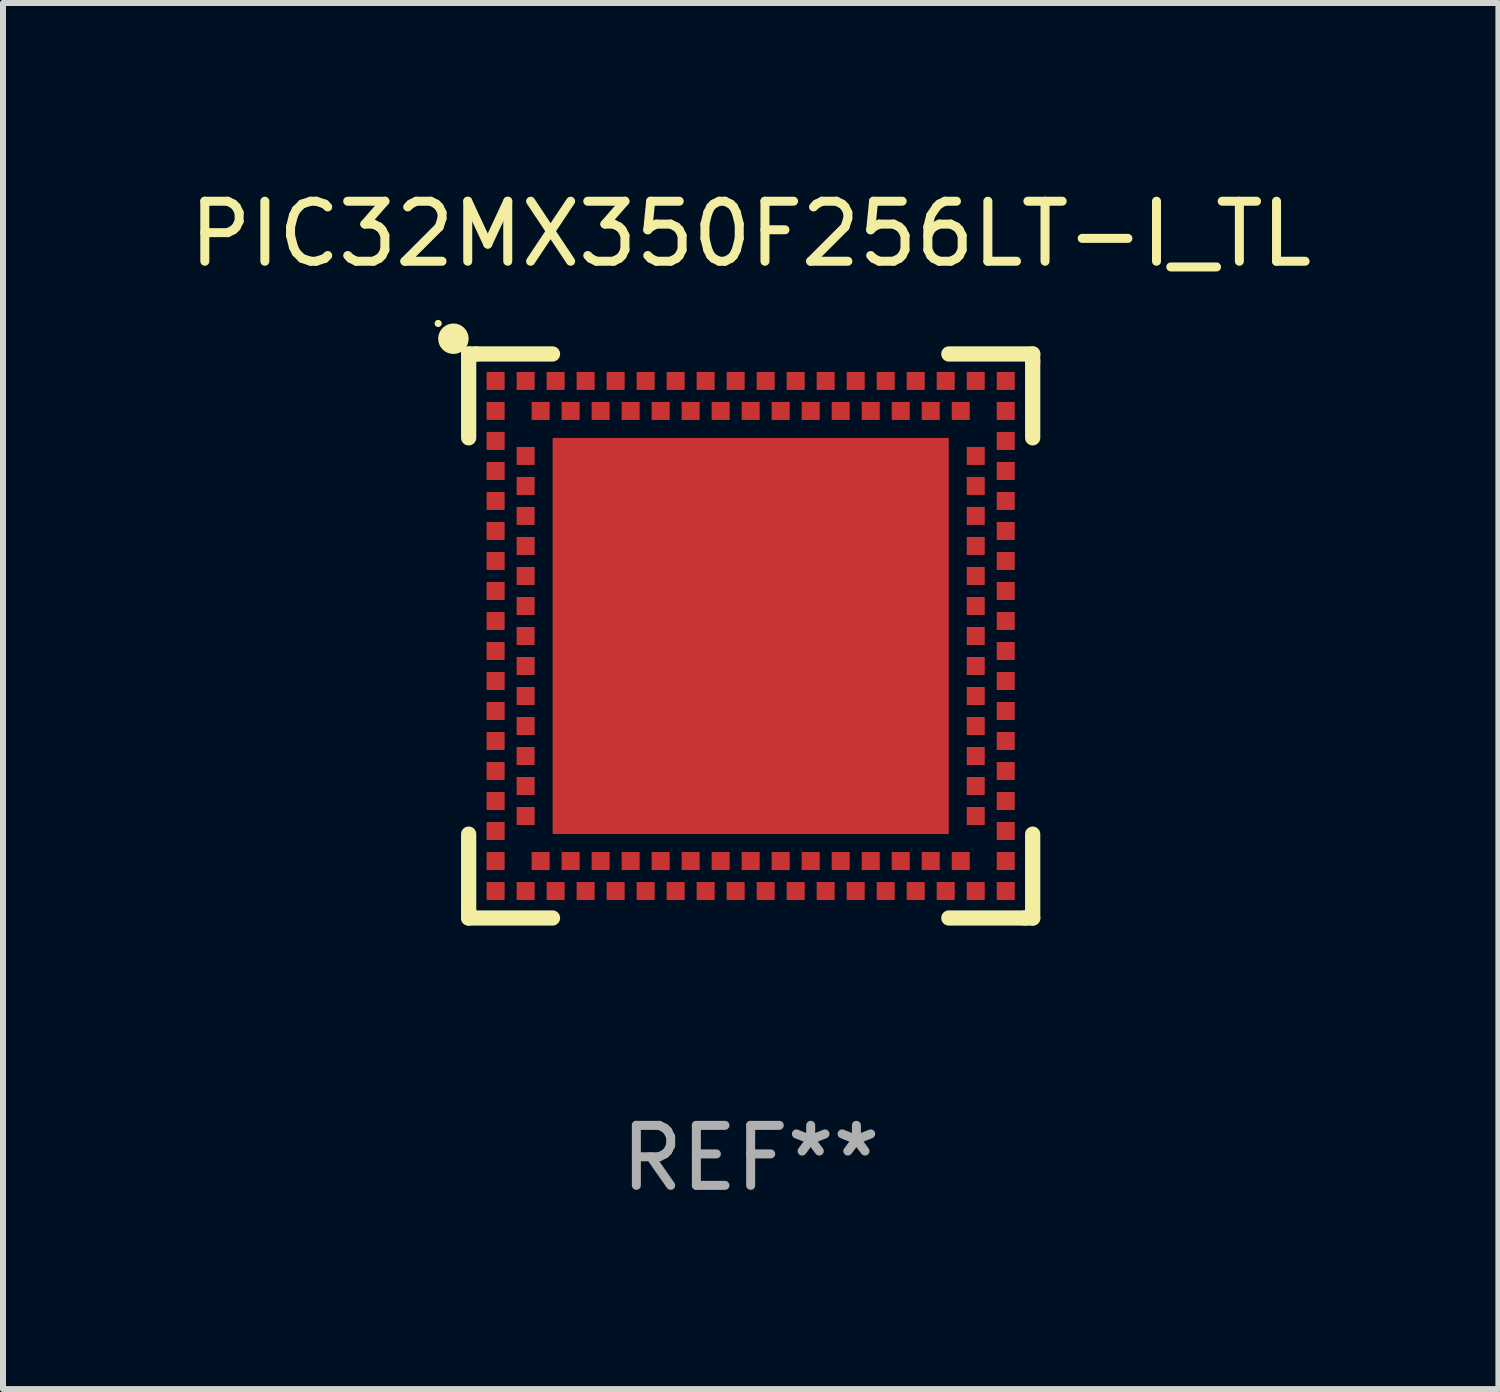
<source format=kicad_pcb>
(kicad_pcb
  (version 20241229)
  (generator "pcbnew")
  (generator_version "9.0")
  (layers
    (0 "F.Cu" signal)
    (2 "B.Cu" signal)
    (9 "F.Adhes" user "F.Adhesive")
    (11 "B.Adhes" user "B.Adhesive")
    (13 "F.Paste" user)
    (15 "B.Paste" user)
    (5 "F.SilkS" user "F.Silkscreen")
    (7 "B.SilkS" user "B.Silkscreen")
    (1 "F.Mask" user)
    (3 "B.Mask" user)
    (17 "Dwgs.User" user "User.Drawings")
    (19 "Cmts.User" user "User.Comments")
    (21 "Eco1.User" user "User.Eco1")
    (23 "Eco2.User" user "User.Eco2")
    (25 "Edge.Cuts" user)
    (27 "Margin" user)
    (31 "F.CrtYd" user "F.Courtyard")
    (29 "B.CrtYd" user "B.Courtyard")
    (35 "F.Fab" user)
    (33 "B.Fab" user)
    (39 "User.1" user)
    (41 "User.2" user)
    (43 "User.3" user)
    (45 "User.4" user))
  (footprint "PIC32MX350F256LT-I_TL"
    (layer "F.Cu")
    (at 9.458 7.547)
    (property "Reference" "PIC32MX350F256LT-I_TL" (at 0 -6.699 0) (layer "F.SilkS") (effects (font (size 1 1) (thickness 0.15))))
    (attr through_hole)
    (fp_line (start -4.699 -4.699) (end -4.699 -3.302) (stroke (width 0.254) (type solid)) (layer "F.SilkS"))
    (fp_line (start -4.699 3.302) (end -4.699 4.572) (stroke (width 0.254) (type solid)) (layer "F.SilkS"))
    (fp_line (start -4.699 4.572) (end -4.699 4.699) (stroke (width 0.254) (type solid)) (layer "F.SilkS"))
    (fp_line (start -4.699 4.699) (end -3.302 4.699) (stroke (width 0.254) (type solid)) (layer "F.SilkS"))
    (fp_line (start -4.572 -4.699) (end -4.699 -4.699) (stroke (width 0.254) (type solid)) (layer "F.SilkS"))
    (fp_line (start -3.302 -4.699) (end -4.572 -4.699) (stroke (width 0.254) (type solid)) (layer "F.SilkS"))
    (fp_line (start 3.302 4.699) (end 4.572 4.699) (stroke (width 0.254) (type solid)) (layer "F.SilkS"))
    (fp_line (start 4.572 4.699) (end 4.699 4.699) (stroke (width 0.254) (type solid)) (layer "F.SilkS"))
    (fp_line (start 4.699 -4.699) (end 3.302 -4.699) (stroke (width 0.254) (type solid)) (layer "F.SilkS"))
    (fp_line (start 4.699 -4.572) (end 4.699 -4.699) (stroke (width 0.254) (type solid)) (layer "F.SilkS"))
    (fp_line (start 4.699 -3.302) (end 4.699 -4.572) (stroke (width 0.254) (type solid)) (layer "F.SilkS"))
    (fp_line (start 4.699 4.699) (end 4.699 3.302) (stroke (width 0.254) (type solid)) (layer "F.SilkS"))
    (fp_circle (center -5.207 -5.207) (end -5.177 -5.207) (stroke (width 0.06) (type solid)) (fill no) (layer "F.SilkS"))
    (fp_circle (center -4.953 -4.953) (end -4.826 -4.953) (stroke (width 0.254) (type solid)) (fill no) (layer "F.SilkS"))
    (fp_text user "REF**" (at 0 8.699 0) (layer "F.Fab") (effects (font (size 1 1) (thickness 0.15))))
    (pad "125" smd rect (at 0.000025 -0.000102 90) (size 6.6 6.6) (layers "F.Cu" "F.Mask" "F.Paste"))
    (pad "A1" smd rect (at -4.25 -3.75 90) (size 0.3 0.3) (layers "F.Cu" "F.Mask" "F.Paste"))
    (pad "A2" smd rect (at -4.25 -3.25 90) (size 0.3 0.3) (layers "F.Cu" "F.Mask" "F.Paste"))
    (pad "A3" smd rect (at -4.25 -2.75 90) (size 0.3 0.3) (layers "F.Cu" "F.Mask" "F.Paste"))
    (pad "A4" smd rect (at -4.25 -2.25 90) (size 0.3 0.3) (layers "F.Cu" "F.Mask" "F.Paste"))
    (pad "A5" smd rect (at -4.25 -1.75 90) (size 0.3 0.3) (layers "F.Cu" "F.Mask" "F.Paste"))
    (pad "A6" smd rect (at -4.25 -1.25 90) (size 0.3 0.3) (layers "F.Cu" "F.Mask" "F.Paste"))
    (pad "A7" smd rect (at -4.25 -0.75 90) (size 0.3 0.3) (layers "F.Cu" "F.Mask" "F.Paste"))
    (pad "A8" smd rect (at -4.25 -0.25 90) (size 0.3 0.3) (layers "F.Cu" "F.Mask" "F.Paste"))
    (pad "A9" smd rect (at -4.25 0.25 90) (size 0.3 0.3) (layers "F.Cu" "F.Mask" "F.Paste"))
    (pad "A10" smd rect (at -4.25 0.75 90) (size 0.3 0.3) (layers "F.Cu" "F.Mask" "F.Paste"))
    (pad "A11" smd rect (at -4.25 1.25 90) (size 0.3 0.3) (layers "F.Cu" "F.Mask" "F.Paste"))
    (pad "A12" smd rect (at -4.25 1.75 90) (size 0.3 0.3) (layers "F.Cu" "F.Mask" "F.Paste"))
    (pad "A13" smd rect (at -4.25 2.25 90) (size 0.3 0.3) (layers "F.Cu" "F.Mask" "F.Paste"))
    (pad "A14" smd rect (at -4.25 2.75 90) (size 0.3 0.3) (layers "F.Cu" "F.Mask" "F.Paste"))
    (pad "A15" smd rect (at -4.25 3.25 90) (size 0.3 0.3) (layers "F.Cu" "F.Mask" "F.Paste"))
    (pad "A16" smd rect (at -4.25 3.75 90) (size 0.3 0.3) (layers "F.Cu" "F.Mask" "F.Paste"))
    (pad "A17" smd rect (at -4.25 4.25 90) (size 0.3 0.3) (layers "F.Cu" "F.Mask" "F.Paste"))
    (pad "A18" smd rect (at -3.75 4.25 90) (size 0.3 0.3) (layers "F.Cu" "F.Mask" "F.Paste"))
    (pad "A19" smd rect (at -3.25 4.25 90) (size 0.3 0.3) (layers "F.Cu" "F.Mask" "F.Paste"))
    (pad "A20" smd rect (at -2.75 4.25 90) (size 0.3 0.3) (layers "F.Cu" "F.Mask" "F.Paste"))
    (pad "A21" smd rect (at -2.25 4.25 90) (size 0.3 0.3) (layers "F.Cu" "F.Mask" "F.Paste"))
    (pad "A22" smd rect (at -1.75 4.25 90) (size 0.3 0.3) (layers "F.Cu" "F.Mask" "F.Paste"))
    (pad "A23" smd rect (at -1.25 4.25 90) (size 0.3 0.3) (layers "F.Cu" "F.Mask" "F.Paste"))
    (pad "A24" smd rect (at -0.75 4.25 90) (size 0.3 0.3) (layers "F.Cu" "F.Mask" "F.Paste"))
    (pad "A25" smd rect (at -0.25 4.25 90) (size 0.3 0.3) (layers "F.Cu" "F.Mask" "F.Paste"))
    (pad "A26" smd rect (at 0.25 4.25 90) (size 0.3 0.3) (layers "F.Cu" "F.Mask" "F.Paste"))
    (pad "A27" smd rect (at 0.75 4.25 90) (size 0.3 0.3) (layers "F.Cu" "F.Mask" "F.Paste"))
    (pad "A28" smd rect (at 1.25 4.25 90) (size 0.3 0.3) (layers "F.Cu" "F.Mask" "F.Paste"))
    (pad "A29" smd rect (at 1.75 4.25 90) (size 0.3 0.3) (layers "F.Cu" "F.Mask" "F.Paste"))
    (pad "A30" smd rect (at 2.25 4.25 90) (size 0.3 0.3) (layers "F.Cu" "F.Mask" "F.Paste"))
    (pad "A31" smd rect (at 2.75 4.25 90) (size 0.3 0.3) (layers "F.Cu" "F.Mask" "F.Paste"))
    (pad "A32" smd rect (at 3.25 4.25 90) (size 0.3 0.3) (layers "F.Cu" "F.Mask" "F.Paste"))
    (pad "A33" smd rect (at 3.75 4.25 90) (size 0.3 0.3) (layers "F.Cu" "F.Mask" "F.Paste"))
    (pad "A34" smd rect (at 4.25 4.25 90) (size 0.3 0.3) (layers "F.Cu" "F.Mask" "F.Paste"))
    (pad "A35" smd rect (at 4.25 3.75 90) (size 0.3 0.3) (layers "F.Cu" "F.Mask" "F.Paste"))
    (pad "A36" smd rect (at 4.25 3.25 90) (size 0.3 0.3) (layers "F.Cu" "F.Mask" "F.Paste"))
    (pad "A37" smd rect (at 4.25 2.75 90) (size 0.3 0.3) (layers "F.Cu" "F.Mask" "F.Paste"))
    (pad "A38" smd rect (at 4.25 2.25 90) (size 0.3 0.3) (layers "F.Cu" "F.Mask" "F.Paste"))
    (pad "A39" smd rect (at 4.25 1.75 90) (size 0.3 0.3) (layers "F.Cu" "F.Mask" "F.Paste"))
    (pad "A40" smd rect (at 4.25 1.25 90) (size 0.3 0.3) (layers "F.Cu" "F.Mask" "F.Paste"))
    (pad "A41" smd rect (at 4.25 0.75 90) (size 0.3 0.3) (layers "F.Cu" "F.Mask" "F.Paste"))
    (pad "A42" smd rect (at 4.25 0.25 90) (size 0.3 0.3) (layers "F.Cu" "F.Mask" "F.Paste"))
    (pad "A43" smd rect (at 4.25 -0.25 90) (size 0.3 0.3) (layers "F.Cu" "F.Mask" "F.Paste"))
    (pad "A44" smd rect (at 4.25 -0.75 90) (size 0.3 0.3) (layers "F.Cu" "F.Mask" "F.Paste"))
    (pad "A45" smd rect (at 4.25 -1.25 90) (size 0.3 0.3) (layers "F.Cu" "F.Mask" "F.Paste"))
    (pad "A46" smd rect (at 4.25 -1.75 90) (size 0.3 0.3) (layers "F.Cu" "F.Mask" "F.Paste"))
    (pad "A47" smd rect (at 4.25 -2.25 90) (size 0.3 0.3) (layers "F.Cu" "F.Mask" "F.Paste"))
    (pad "A48" smd rect (at 4.25 -2.75 90) (size 0.3 0.3) (layers "F.Cu" "F.Mask" "F.Paste"))
    (pad "A49" smd rect (at 4.25 -3.25 90) (size 0.3 0.3) (layers "F.Cu" "F.Mask" "F.Paste"))
    (pad "A50" smd rect (at 4.25 -3.75 90) (size 0.3 0.3) (layers "F.Cu" "F.Mask" "F.Paste"))
    (pad "A51" smd rect (at 4.25 -4.25 90) (size 0.3 0.3) (layers "F.Cu" "F.Mask" "F.Paste"))
    (pad "A52" smd rect (at 3.75 -4.25 90) (size 0.3 0.3) (layers "F.Cu" "F.Mask" "F.Paste"))
    (pad "A53" smd rect (at 3.25 -4.25 90) (size 0.3 0.3) (layers "F.Cu" "F.Mask" "F.Paste"))
    (pad "A54" smd rect (at 2.75 -4.25 90) (size 0.3 0.3) (layers "F.Cu" "F.Mask" "F.Paste"))
    (pad "A55" smd rect (at 2.25 -4.25 90) (size 0.3 0.3) (layers "F.Cu" "F.Mask" "F.Paste"))
    (pad "A56" smd rect (at 1.75 -4.25 90) (size 0.3 0.3) (layers "F.Cu" "F.Mask" "F.Paste"))
    (pad "A57" smd rect (at 1.25 -4.25 90) (size 0.3 0.3) (layers "F.Cu" "F.Mask" "F.Paste"))
    (pad "A58" smd rect (at 0.75 -4.25 90) (size 0.3 0.3) (layers "F.Cu" "F.Mask" "F.Paste"))
    (pad "A59" smd rect (at 0.25 -4.25 90) (size 0.3 0.3) (layers "F.Cu" "F.Mask" "F.Paste"))
    (pad "A60" smd rect (at -0.25 -4.25 90) (size 0.3 0.3) (layers "F.Cu" "F.Mask" "F.Paste"))
    (pad "A61" smd rect (at -0.75 -4.25 90) (size 0.3 0.3) (layers "F.Cu" "F.Mask" "F.Paste"))
    (pad "A62" smd rect (at -1.25 -4.25 90) (size 0.3 0.3) (layers "F.Cu" "F.Mask" "F.Paste"))
    (pad "A63" smd rect (at -1.75 -4.25 90) (size 0.3 0.3) (layers "F.Cu" "F.Mask" "F.Paste"))
    (pad "A64" smd rect (at -2.25 -4.25 90) (size 0.3 0.3) (layers "F.Cu" "F.Mask" "F.Paste"))
    (pad "A65" smd rect (at -2.75 -4.25 90) (size 0.3 0.3) (layers "F.Cu" "F.Mask" "F.Paste"))
    (pad "A66" smd rect (at -3.25 -4.25 90) (size 0.3 0.3) (layers "F.Cu" "F.Mask" "F.Paste"))
    (pad "A67" smd rect (at -3.75 -4.25 90) (size 0.3 0.3) (layers "F.Cu" "F.Mask" "F.Paste"))
    (pad "A68" smd rect (at -4.25 -4.25 90) (size 0.3 0.3) (layers "F.Cu" "F.Mask" "F.Paste"))
    (pad "B1" smd rect (at -3.75 -3 90) (size 0.3 0.3) (layers "F.Cu" "F.Mask" "F.Paste"))
    (pad "B2" smd rect (at -3.75 -2.5 90) (size 0.3 0.3) (layers "F.Cu" "F.Mask" "F.Paste"))
    (pad "B3" smd rect (at -3.75 -2 90) (size 0.3 0.3) (layers "F.Cu" "F.Mask" "F.Paste"))
    (pad "B4" smd rect (at -3.75 -1.5 90) (size 0.3 0.3) (layers "F.Cu" "F.Mask" "F.Paste"))
    (pad "B5" smd rect (at -3.75 -1 90) (size 0.3 0.3) (layers "F.Cu" "F.Mask" "F.Paste"))
    (pad "B6" smd rect (at -3.75 -0.5 90) (size 0.3 0.3) (layers "F.Cu" "F.Mask" "F.Paste"))
    (pad "B7" smd rect (at -3.75 -0.000102 90) (size 0.3 0.3) (layers "F.Cu" "F.Mask" "F.Paste"))
    (pad "B8" smd rect (at -3.75 0.5 90) (size 0.3 0.3) (layers "F.Cu" "F.Mask" "F.Paste"))
    (pad "B9" smd rect (at -3.75 1 90) (size 0.3 0.3) (layers "F.Cu" "F.Mask" "F.Paste"))
    (pad "B10" smd rect (at -3.75 1.5 90) (size 0.3 0.3) (layers "F.Cu" "F.Mask" "F.Paste"))
    (pad "B11" smd rect (at -3.75 2 90) (size 0.3 0.3) (layers "F.Cu" "F.Mask" "F.Paste"))
    (pad "B12" smd rect (at -3.75 2.5 90) (size 0.3 0.3) (layers "F.Cu" "F.Mask" "F.Paste"))
    (pad "B13" smd rect (at -3.75 3 90) (size 0.3 0.3) (layers "F.Cu" "F.Mask" "F.Paste"))
    (pad "B14" smd rect (at -3.5 3.75 90) (size 0.3 0.3) (layers "F.Cu" "F.Mask" "F.Paste"))
    (pad "B15" smd rect (at -3 3.75 90) (size 0.3 0.3) (layers "F.Cu" "F.Mask" "F.Paste"))
    (pad "B16" smd rect (at -2.5 3.75 90) (size 0.3 0.3) (layers "F.Cu" "F.Mask" "F.Paste"))
    (pad "B17" smd rect (at -2 3.75 90) (size 0.3 0.3) (layers "F.Cu" "F.Mask" "F.Paste"))
    (pad "B18" smd rect (at -1.5 3.75 90) (size 0.3 0.3) (layers "F.Cu" "F.Mask" "F.Paste"))
    (pad "B19" smd rect (at -1 3.75 90) (size 0.3 0.3) (layers "F.Cu" "F.Mask" "F.Paste"))
    (pad "B20" smd rect (at -0.5 3.75 90) (size 0.3 0.3) (layers "F.Cu" "F.Mask" "F.Paste"))
    (pad "B21" smd rect (at 0.000025 3.75 90) (size 0.3 0.3) (layers "F.Cu" "F.Mask" "F.Paste"))
    (pad "B22" smd rect (at 0.5 3.75 90) (size 0.3 0.3) (layers "F.Cu" "F.Mask" "F.Paste"))
    (pad "B23" smd rect (at 1 3.75 90) (size 0.3 0.3) (layers "F.Cu" "F.Mask" "F.Paste"))
    (pad "B24" smd rect (at 1.5 3.75 90) (size 0.3 0.3) (layers "F.Cu" "F.Mask" "F.Paste"))
    (pad "B25" smd rect (at 2 3.75 90) (size 0.3 0.3) (layers "F.Cu" "F.Mask" "F.Paste"))
    (pad "B26" smd rect (at 2.5 3.75 90) (size 0.3 0.3) (layers "F.Cu" "F.Mask" "F.Paste"))
    (pad "B27" smd rect (at 3 3.75 90) (size 0.3 0.3) (layers "F.Cu" "F.Mask" "F.Paste"))
    (pad "B28" smd rect (at 3.5 3.75 90) (size 0.3 0.3) (layers "F.Cu" "F.Mask" "F.Paste"))
    (pad "B29" smd rect (at 3.75 3 90) (size 0.3 0.3) (layers "F.Cu" "F.Mask" "F.Paste"))
    (pad "B30" smd rect (at 3.75 2.5 90) (size 0.3 0.3) (layers "F.Cu" "F.Mask" "F.Paste"))
    (pad "B31" smd rect (at 3.75 2 90) (size 0.3 0.3) (layers "F.Cu" "F.Mask" "F.Paste"))
    (pad "B32" smd rect (at 3.75 1.5 90) (size 0.3 0.3) (layers "F.Cu" "F.Mask" "F.Paste"))
    (pad "B33" smd rect (at 3.75 1 90) (size 0.3 0.3) (layers "F.Cu" "F.Mask" "F.Paste"))
    (pad "B34" smd rect (at 3.75 0.5 90) (size 0.3 0.3) (layers "F.Cu" "F.Mask" "F.Paste"))
    (pad "B35" smd rect (at 3.75 -0.000102 90) (size 0.3 0.3) (layers "F.Cu" "F.Mask" "F.Paste"))
    (pad "B36" smd rect (at 3.75 -0.5 90) (size 0.3 0.3) (layers "F.Cu" "F.Mask" "F.Paste"))
    (pad "B37" smd rect (at 3.75 -1 90) (size 0.3 0.3) (layers "F.Cu" "F.Mask" "F.Paste"))
    (pad "B38" smd rect (at 3.75 -1.5 90) (size 0.3 0.3) (layers "F.Cu" "F.Mask" "F.Paste"))
    (pad "B39" smd rect (at 3.75 -2 90) (size 0.3 0.3) (layers "F.Cu" "F.Mask" "F.Paste"))
    (pad "B40" smd rect (at 3.75 -2.5 90) (size 0.3 0.3) (layers "F.Cu" "F.Mask" "F.Paste"))
    (pad "B41" smd rect (at 3.75 -3 90) (size 0.3 0.3) (layers "F.Cu" "F.Mask" "F.Paste"))
    (pad "B42" smd rect (at 3.5 -3.75 90) (size 0.3 0.3) (layers "F.Cu" "F.Mask" "F.Paste"))
    (pad "B43" smd rect (at 3 -3.75 90) (size 0.3 0.3) (layers "F.Cu" "F.Mask" "F.Paste"))
    (pad "B44" smd rect (at 2.5 -3.75 90) (size 0.3 0.3) (layers "F.Cu" "F.Mask" "F.Paste"))
    (pad "B45" smd rect (at 2 -3.75 90) (size 0.3 0.3) (layers "F.Cu" "F.Mask" "F.Paste"))
    (pad "B46" smd rect (at 1.5 -3.75 90) (size 0.3 0.3) (layers "F.Cu" "F.Mask" "F.Paste"))
    (pad "B47" smd rect (at 1 -3.75 90) (size 0.3 0.3) (layers "F.Cu" "F.Mask" "F.Paste"))
    (pad "B48" smd rect (at 0.5 -3.75 90) (size 0.3 0.3) (layers "F.Cu" "F.Mask" "F.Paste"))
    (pad "B49" smd rect (at 0.000025 -3.75 90) (size 0.3 0.3) (layers "F.Cu" "F.Mask" "F.Paste"))
    (pad "B50" smd rect (at -0.5 -3.75 90) (size 0.3 0.3) (layers "F.Cu" "F.Mask" "F.Paste"))
    (pad "B51" smd rect (at -1 -3.75 90) (size 0.3 0.3) (layers "F.Cu" "F.Mask" "F.Paste"))
    (pad "B52" smd rect (at -1.5 -3.75 90) (size 0.3 0.3) (layers "F.Cu" "F.Mask" "F.Paste"))
    (pad "B53" smd rect (at -2 -3.75 90) (size 0.3 0.3) (layers "F.Cu" "F.Mask" "F.Paste"))
    (pad "B54" smd rect (at -2.5 -3.75 90) (size 0.3 0.3) (layers "F.Cu" "F.Mask" "F.Paste"))
    (pad "B55" smd rect (at -3 -3.75 90) (size 0.3 0.3) (layers "F.Cu" "F.Mask" "F.Paste"))
    (pad "B56" smd rect (at -3.5 -3.75 90) (size 0.3 0.3) (layers "F.Cu" "F.Mask" "F.Paste")))
  (gr_rect
    (start -3 -3)
    (end 21.917 20.095)
    (stroke (width 0.1) (type default))
    (fill no)
    (layer "Edge.Cuts")))
</source>
